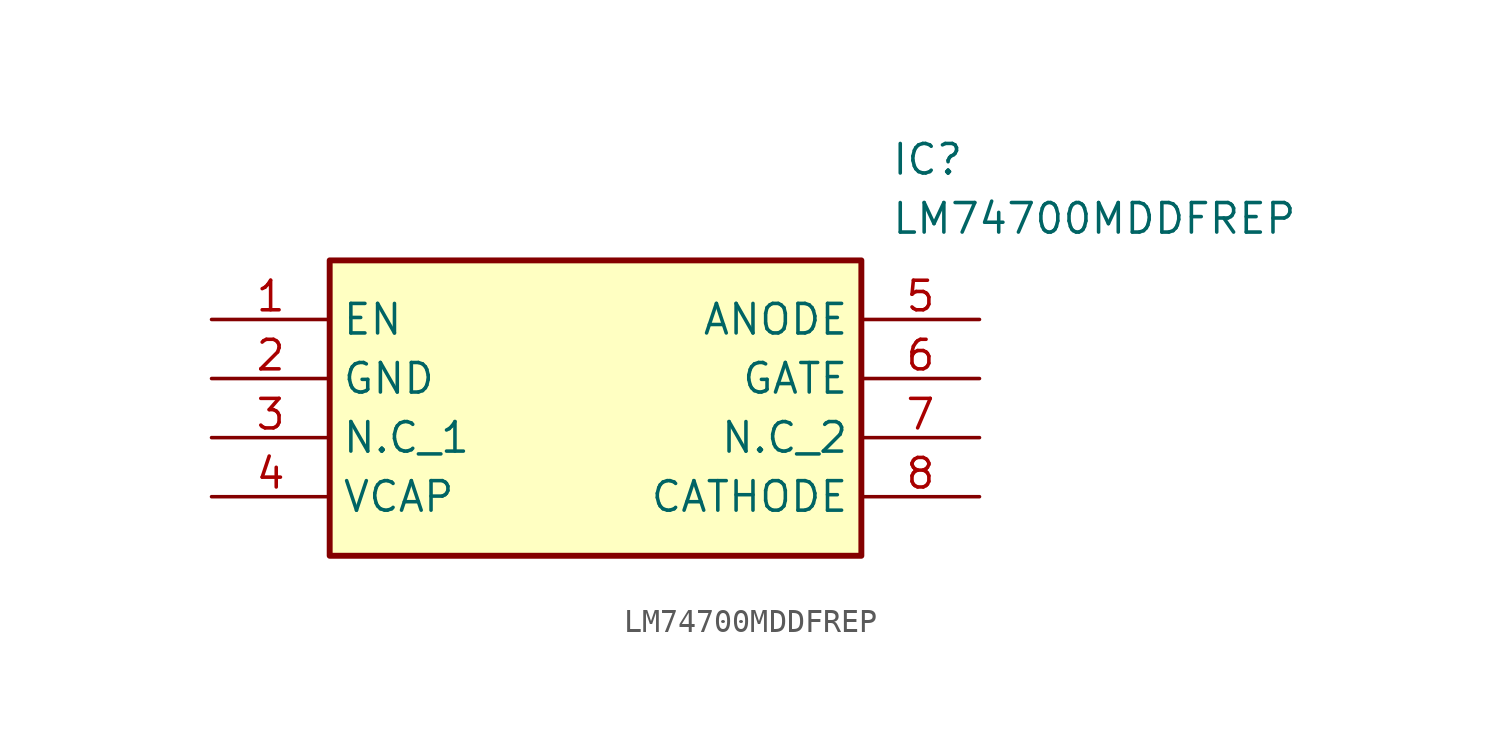
<source format=kicad_sym>
(kicad_symbol_lib
  (version 20211014)
  (generator SamacSys_ECAD_Model)
  (symbol "LM74700MDDFREP"
    (property "Reference" "IC"
      (at 29.21 7.62 0)
      (effects (font (size 1.27 1.27)) (justify left top)))
    (property "Value" "LM74700MDDFREP"
      (at 29.21 5.08 0)
      (effects (font (size 1.27 1.27)) (justify left top)))
    (rectangle
      (start 5.08 2.54)
      (end 27.94 -10.16)
      (stroke (width 0.254) (type default))
      (fill (type background)))
    (pin passive line
      (at 0 0 0)
      (length 5.08)
      (name "EN" (effects (font (size 1.27 1.27))))
      (number "1" (effects (font (size 1.27 1.27)))))
    (pin passive line
      (at 0 -2.54 0)
      (length 5.08)
      (name "GND" (effects (font (size 1.27 1.27))))
      (number "2" (effects (font (size 1.27 1.27)))))
    (pin passive line
      (at 0 -5.08 0)
      (length 5.08)
      (name "N.C_1" (effects (font (size 1.27 1.27))))
      (number "3" (effects (font (size 1.27 1.27)))))
    (pin passive line
      (at 0 -7.62 0)
      (length 5.08)
      (name "VCAP" (effects (font (size 1.27 1.27))))
      (number "4" (effects (font (size 1.27 1.27)))))
    (pin passive line
      (at 33.02 0 180)
      (length 5.08)
      (name "ANODE" (effects (font (size 1.27 1.27))))
      (number "5" (effects (font (size 1.27 1.27)))))
    (pin passive line
      (at 33.02 -2.54 180)
      (length 5.08)
      (name "GATE" (effects (font (size 1.27 1.27))))
      (number "6" (effects (font (size 1.27 1.27)))))
    (pin passive line
      (at 33.02 -5.08 180)
      (length 5.08)
      (name "N.C_2" (effects (font (size 1.27 1.27))))
      (number "7" (effects (font (size 1.27 1.27)))))
    (pin passive line
      (at 33.02 -7.62 180)
      (length 5.08)
      (name "CATHODE" (effects (font (size 1.27 1.27))))
      (number "8" (effects (font (size 1.27 1.27)))))))
</source>
